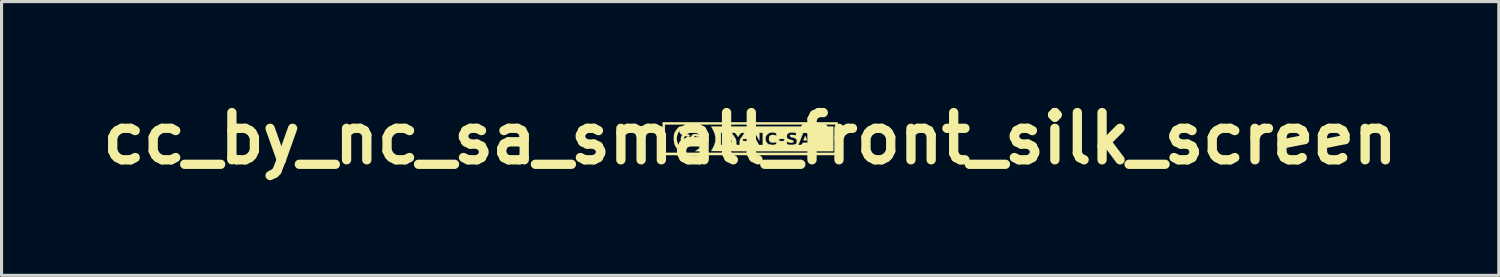
<source format=kicad_pcb>
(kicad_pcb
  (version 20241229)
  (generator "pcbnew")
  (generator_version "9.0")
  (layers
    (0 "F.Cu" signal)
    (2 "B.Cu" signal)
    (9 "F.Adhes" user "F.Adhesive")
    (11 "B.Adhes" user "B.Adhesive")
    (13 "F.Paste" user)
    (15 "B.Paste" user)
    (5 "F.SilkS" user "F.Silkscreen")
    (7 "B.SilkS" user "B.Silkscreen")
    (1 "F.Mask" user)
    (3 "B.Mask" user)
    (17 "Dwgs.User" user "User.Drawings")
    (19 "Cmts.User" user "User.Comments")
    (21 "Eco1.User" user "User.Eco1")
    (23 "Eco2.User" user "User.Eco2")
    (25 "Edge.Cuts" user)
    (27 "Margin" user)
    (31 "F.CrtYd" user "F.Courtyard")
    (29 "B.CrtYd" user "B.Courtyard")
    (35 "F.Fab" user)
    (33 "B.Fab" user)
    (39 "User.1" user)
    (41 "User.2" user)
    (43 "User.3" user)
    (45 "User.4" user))
  (footprint "cc_by_nc_sa_small_front_silk_screen"
    (layer "F.Cu")
    (at 21.162 1.418)
    (property "Reference" "cc_by_nc_sa_small_front_silk_screen" (at 0 0 0) (layer "F.SilkS") (effects (font (size 1.524 1.524) (thickness 0.3))))
    (attr through_hole)
    (fp_poly (pts (xy 1.786 -0.059) (xy 1.8 -0.028) (xy 1.808 -0.007) (xy 1.831 0.056) (xy 1.723 0.056) (xy 1.745 -0.007) (xy 1.759 -0.044) (xy 1.772 -0.067) (xy 1.776 -0.071) (xy 1.786 -0.059)) (stroke (width 0.01) (type solid)) (fill yes) (layer "F.SilkS"))
    (fp_poly (pts (xy 2.822 0.536) (xy -2.822 0.536) (xy -2.822 -0.452) (xy -2.752 -0.452) (xy -2.752 0.466) (xy 2.752 0.466) (xy 2.752 -0.452) (xy -2.752 -0.452) (xy -2.822 -0.452) (xy -2.822 -0.522) (xy 2.822 -0.522) (xy 2.822 0.536)) (stroke (width 0.01) (type solid)) (fill yes) (layer "F.SilkS"))
    (fp_poly (pts (xy -0.773 0.045) (xy -0.732 0.051) (xy -0.712 0.065) (xy -0.708 0.077) (xy -0.714 0.107) (xy -0.743 0.13) (xy -0.786 0.141) (xy -0.793 0.141) (xy -0.819 0.138) (xy -0.83 0.124) (xy -0.833 0.091) (xy -0.833 0.041) (xy -0.773 0.045)) (stroke (width 0.01) (type solid)) (fill yes) (layer "F.SilkS"))
    (fp_poly (pts (xy -0.784 -0.111) (xy -0.78 -0.11) (xy -0.744 -0.104) (xy -0.729 -0.091) (xy -0.727 -0.078) (xy -0.733 -0.058) (xy -0.756 -0.048) (xy -0.78 -0.045) (xy -0.814 -0.044) (xy -0.829 -0.052) (xy -0.833 -0.074) (xy -0.833 -0.078) (xy -0.83 -0.102) (xy -0.817 -0.111) (xy -0.784 -0.111)) (stroke (width 0.01) (type solid)) (fill yes) (layer "F.SilkS"))
    (fp_poly (pts (xy -1.612 -0.38) (xy -1.58 -0.375) (xy -1.556 -0.362) (xy -1.531 -0.337) (xy -1.518 -0.322) (xy -1.462 -0.247) (xy -1.426 -0.171) (xy -1.406 -0.086) (xy -1.4 -0.014) (xy -1.403 0.096) (xy -1.426 0.191) (xy -1.47 0.276) (xy -1.519 0.338) (xy -1.583 0.409) (xy -1.769 0.409) (xy -1.707 0.369) (xy -1.639 0.317) (xy -1.578 0.254) (xy -1.531 0.189) (xy -1.516 0.159) (xy -1.498 0.088) (xy -1.493 0.004) (xy -1.502 -0.08) (xy -1.523 -0.15) (xy -1.562 -0.216) (xy -1.617 -0.282) (xy -1.68 -0.336) (xy -1.714 -0.358) (xy -1.757 -0.38) (xy -1.663 -0.38) (xy -1.612 -0.38)) (stroke (width 0.01) (type solid)) (fill yes) (layer "F.SilkS"))
    (fp_poly (pts (xy -2.174 -0.341) (xy -2.261 -0.271) (xy -2.324 -0.188) (xy -2.361 -0.093) (xy -2.372 0.006) (xy -2.359 0.111) (xy -2.32 0.207) (xy -2.257 0.29) (xy -2.174 0.358) (xy -2.138 0.379) (xy -2.081 0.408) (xy -2.179 0.409) (xy -2.231 0.408) (xy -2.265 0.404) (xy -2.29 0.391) (xy -2.317 0.367) (xy -2.336 0.348) (xy -2.392 0.282) (xy -2.429 0.217) (xy -2.452 0.146) (xy -2.461 0.06) (xy -2.462 0.007) (xy -2.461 -0.061) (xy -2.458 -0.109) (xy -2.45 -0.146) (xy -2.437 -0.18) (xy -2.425 -0.205) (xy -2.393 -0.257) (xy -2.355 -0.308) (xy -2.338 -0.328) (xy -2.309 -0.357) (xy -2.285 -0.373) (xy -2.253 -0.38) (xy -2.205 -0.381) (xy -2.2 -0.381) (xy -2.111 -0.381) (xy -2.174 -0.341)) (stroke (width 0.01) (type solid)) (fill yes) (layer "F.SilkS"))
    (fp_poly (pts (xy -2.036 -0.136) (xy -1.991 -0.122) (xy -1.959 -0.103) (xy -1.947 -0.084) (xy -1.958 -0.068) (xy -1.977 -0.056) (xy -2.006 -0.048) (xy -2.031 -0.062) (xy -2.067 -0.081) (xy -2.102 -0.076) (xy -2.129 -0.049) (xy -2.144 -0.006) (xy -2.145 0.011) (xy -2.134 0.057) (xy -2.108 0.087) (xy -2.071 0.099) (xy -2.032 0.088) (xy -2.018 0.078) (xy -1.996 0.064) (xy -1.973 0.073) (xy -1.969 0.076) (xy -1.952 0.098) (xy -1.963 0.121) (xy -2.002 0.145) (xy -2.012 0.15) (xy -2.063 0.166) (xy -2.106 0.165) (xy -2.156 0.148) (xy -2.201 0.115) (xy -2.229 0.066) (xy -2.237 0.009) (xy -2.227 -0.049) (xy -2.195 -0.101) (xy -2.191 -0.105) (xy -2.16 -0.129) (xy -2.123 -0.139) (xy -2.086 -0.141) (xy -2.036 -0.136)) (stroke (width 0.01) (type solid)) (fill yes) (layer "F.SilkS"))
    (fp_poly (pts (xy -1.717 -0.136) (xy -1.673 -0.121) (xy -1.644 -0.101) (xy -1.637 -0.084) (xy -1.648 -0.068) (xy -1.666 -0.056) (xy -1.695 -0.048) (xy -1.72 -0.062) (xy -1.757 -0.083) (xy -1.791 -0.075) (xy -1.812 -0.053) (xy -1.831 -0.009) (xy -1.831 0.038) (xy -1.813 0.076) (xy -1.812 0.077) (xy -1.778 0.095) (xy -1.738 0.096) (xy -1.708 0.078) (xy -1.686 0.065) (xy -1.664 0.071) (xy -1.641 0.09) (xy -1.643 0.11) (xy -1.671 0.134) (xy -1.683 0.141) (xy -1.74 0.165) (xy -1.799 0.164) (xy -1.844 0.149) (xy -1.886 0.122) (xy -1.909 0.084) (xy -1.919 0.028) (xy -1.919 0.007) (xy -1.915 -0.041) (xy -1.9 -0.075) (xy -1.878 -0.1) (xy -1.846 -0.127) (xy -1.811 -0.139) (xy -1.768 -0.141) (xy -1.717 -0.136)) (stroke (width 0.01) (type solid)) (fill yes) (layer "F.SilkS"))
    (fp_poly (pts (xy 2.681 0.409) (xy 0.713 0.409) (xy 0.479 0.409) (xy 0.254 0.409) (xy 0.038 0.409) (xy -0.167 0.409) (xy -0.359 0.408) (xy -0.537 0.408) (xy -0.699 0.407) (xy -0.844 0.407) (xy -0.969 0.406) (xy -1.074 0.405) (xy -1.157 0.405) (xy -1.215 0.404) (xy -1.249 0.403) (xy -1.256 0.403) (xy -1.249 0.388) (xy -1.231 0.357) (xy -1.213 0.329) (xy -1.154 0.212) (xy -1.122 0.092) (xy -1.119 -0.029) (xy -1.144 -0.152) (xy -1.157 -0.183) (xy -0.945 -0.183) (xy -0.945 0.212) (xy -0.832 0.212) (xy -0.765 0.209) (xy -0.708 0.201) (xy -0.671 0.192) (xy -0.623 0.16) (xy -0.597 0.119) (xy -0.595 0.074) (xy -0.618 0.03) (xy -0.624 0.024) (xy -0.645 0.001) (xy -0.646 -0.015) (xy -0.631 -0.032) (xy -0.609 -0.07) (xy -0.615 -0.112) (xy -0.641 -0.149) (xy -0.66 -0.165) (xy -0.68 -0.175) (xy -0.684 -0.176) (xy -0.593 -0.176) (xy -0.585 -0.162) (xy -0.565 -0.13) (xy -0.536 -0.087) (xy -0.522 -0.068) (xy -0.487 -0.017) (xy -0.466 0.021) (xy -0.456 0.053) (xy -0.452 0.089) (xy -0.452 0.113) (xy -0.45 0.158) (xy -0.446 0.191) (xy -0.442 0.202) (xy -0.423 0.209) (xy -0.388 0.212) (xy -0.386 0.212) (xy -0.339 0.212) (xy -0.339 0.13) (xy -0.337 0.09) (xy -0.332 0.058) (xy -0.328 0.049) (xy -0.24 0.049) (xy -0.238 0.068) (xy -0.229 0.079) (xy -0.206 0.084) (xy -0.163 0.085) (xy -0.148 0.085) (xy -0.099 0.084) (xy -0.071 0.081) (xy -0.059 0.072) (xy -0.056 0.055) (xy -0.056 0.049) (xy -0.058 0.03) (xy -0.067 0.02) (xy -0.09 0.015) (xy -0.133 0.014) (xy -0.148 0.014) (xy -0.197 0.015) (xy -0.225 0.018) (xy -0.237 0.027) (xy -0.24 0.044) (xy -0.24 0.049) (xy -0.328 0.049) (xy -0.319 0.026) (xy -0.295 -0.013) (xy -0.26 -0.064) (xy -0.182 -0.176) (xy -0.235 -0.181) (xy -0.271 -0.18) (xy -0.3 -0.168) (xy -0.33 -0.139) (xy -0.365 -0.09) (xy -0.368 -0.085) (xy -0.39 -0.051) (xy -0.436 -0.117) (xy -0.464 -0.156) (xy -0.487 -0.175) (xy -0.514 -0.183) (xy -0.537 -0.183) (xy 0.028 -0.183) (xy 0.028 0.212) (xy 0.126 0.212) (xy 0.13 0.076) (xy 0.134 -0.06) (xy 0.209 0.076) (xy 0.284 0.212) (xy 0.409 0.212) (xy 1.553 0.212) (xy 1.609 0.212) (xy 1.648 0.209) (xy 1.669 0.196) (xy 1.679 0.176) (xy 1.689 0.157) (xy 1.706 0.146) (xy 1.736 0.142) (xy 1.778 0.141) (xy 1.826 0.142) (xy 1.854 0.147) (xy 1.868 0.159) (xy 1.877 0.176) (xy 1.892 0.201) (xy 1.92 0.211) (xy 1.94 0.212) (xy 1.973 0.208) (xy 1.989 0.2) (xy 1.99 0.198) (xy 1.985 0.181) (xy 1.971 0.142) (xy 1.951 0.088) (xy 1.925 0.023) (xy 1.917 0.001) (xy 1.844 -0.183) (xy 1.71 -0.183) (xy 1.658 -0.053) (xy 1.632 0.012) (xy 1.607 0.076) (xy 1.586 0.128) (xy 1.579 0.145) (xy 1.553 0.212) (xy 0.409 0.212) (xy 0.409 0.005) (xy 0.492 0.005) (xy 0.503 0.081) (xy 0.537 0.142) (xy 0.59 0.185) (xy 0.593 0.187) (xy 0.64 0.202) (xy 0.699 0.21) (xy 0.758 0.211) (xy 0.806 0.202) (xy 0.819 0.197) (xy 0.842 0.171) (xy 0.847 0.147) (xy 0.843 0.122) (xy 0.828 0.118) (xy 0.815 0.123) (xy 0.781 0.13) (xy 0.735 0.133) (xy 0.722 0.134) (xy 0.665 0.124) (xy 0.628 0.094) (xy 0.612 0.049) (xy 0.931 0.049) (xy 0.933 0.069) (xy 0.943 0.079) (xy 0.967 0.084) (xy 1.013 0.085) (xy 1.016 0.085) (xy 1.063 0.084) (xy 1.088 0.08) (xy 1.099 0.07) (xy 1.101 0.051) (xy 1.101 0.049) (xy 1.099 0.03) (xy 1.089 0.019) (xy 1.065 0.015) (xy 1.019 0.014) (xy 1.016 0.014) (xy 0.969 0.015) (xy 0.944 0.019) (xy 0.933 0.029) (xy 0.931 0.048) (xy 0.931 0.049) (xy 0.612 0.049) (xy 0.609 0.043) (xy 0.607 0.008) (xy 0.616 -0.052) (xy 0.625 -0.064) (xy 1.18 -0.064) (xy 1.194 -0.015) (xy 1.216 0.01) (xy 1.24 0.022) (xy 1.28 0.037) (xy 1.312 0.046) (xy 1.364 0.062) (xy 1.39 0.081) (xy 1.395 0.091) (xy 1.389 0.12) (xy 1.362 0.136) (xy 1.318 0.139) (xy 1.26 0.128) (xy 1.238 0.121) (xy 1.185 0.102) (xy 1.185 0.149) (xy 1.187 0.175) (xy 1.197 0.192) (xy 1.219 0.202) (xy 1.258 0.207) (xy 1.32 0.209) (xy 1.331 0.21) (xy 1.389 0.207) (xy 1.438 0.197) (xy 1.452 0.191) (xy 1.488 0.165) (xy 1.506 0.129) (xy 1.51 0.084) (xy 1.499 0.039) (xy 1.467 0.004) (xy 1.411 -0.023) (xy 1.328 -0.043) (xy 1.319 -0.045) (xy 1.294 -0.062) (xy 1.286 -0.083) (xy 1.285 -0.101) (xy 1.291 -0.11) (xy 1.311 -0.113) (xy 1.349 -0.112) (xy 1.382 -0.11) (xy 1.482 -0.103) (xy 1.482 -0.142) (xy 1.48 -0.165) (xy 1.469 -0.178) (xy 1.443 -0.185) (xy 1.403 -0.191) (xy 1.317 -0.194) (xy 1.251 -0.179) (xy 1.207 -0.146) (xy 1.191 -0.12) (xy 1.18 -0.064) (xy 0.625 -0.064) (xy 0.644 -0.091) (xy 0.693 -0.11) (xy 0.728 -0.113) (xy 0.774 -0.11) (xy 0.811 -0.102) (xy 0.819 -0.098) (xy 0.839 -0.091) (xy 0.846 -0.103) (xy 0.847 -0.125) (xy 0.842 -0.155) (xy 0.824 -0.173) (xy 0.796 -0.184) (xy 0.719 -0.197) (xy 0.646 -0.188) (xy 0.583 -0.159) (xy 0.533 -0.113) (xy 0.501 -0.054) (xy 0.492 0.005) (xy 0.409 0.005) (xy 0.409 -0.183) (xy 0.296 -0.183) (xy 0.296 -0.06) (xy 0.296 0.064) (xy 0.224 -0.06) (xy 0.153 -0.183) (xy 0.028 -0.183) (xy -0.537 -0.183) (xy -0.572 -0.182) (xy -0.591 -0.177) (xy -0.593 -0.176) (xy -0.684 -0.176) (xy -0.71 -0.181) (xy -0.755 -0.183) (xy -0.811 -0.183) (xy -0.945 -0.183) (xy -1.157 -0.183) (xy -1.197 -0.278) (xy -1.227 -0.331) (xy -1.258 -0.381) (xy 2.681 -0.381) (xy 2.681 0.409)) (stroke (width 0.01) (type solid)) (fill yes) (layer "F.SilkS")))
  (gr_rect
    (start -3 -3)
    (end 45.324 5.836)
    (stroke (width 0.1) (type default))
    (fill no)
    (layer "Edge.Cuts")))
</source>
